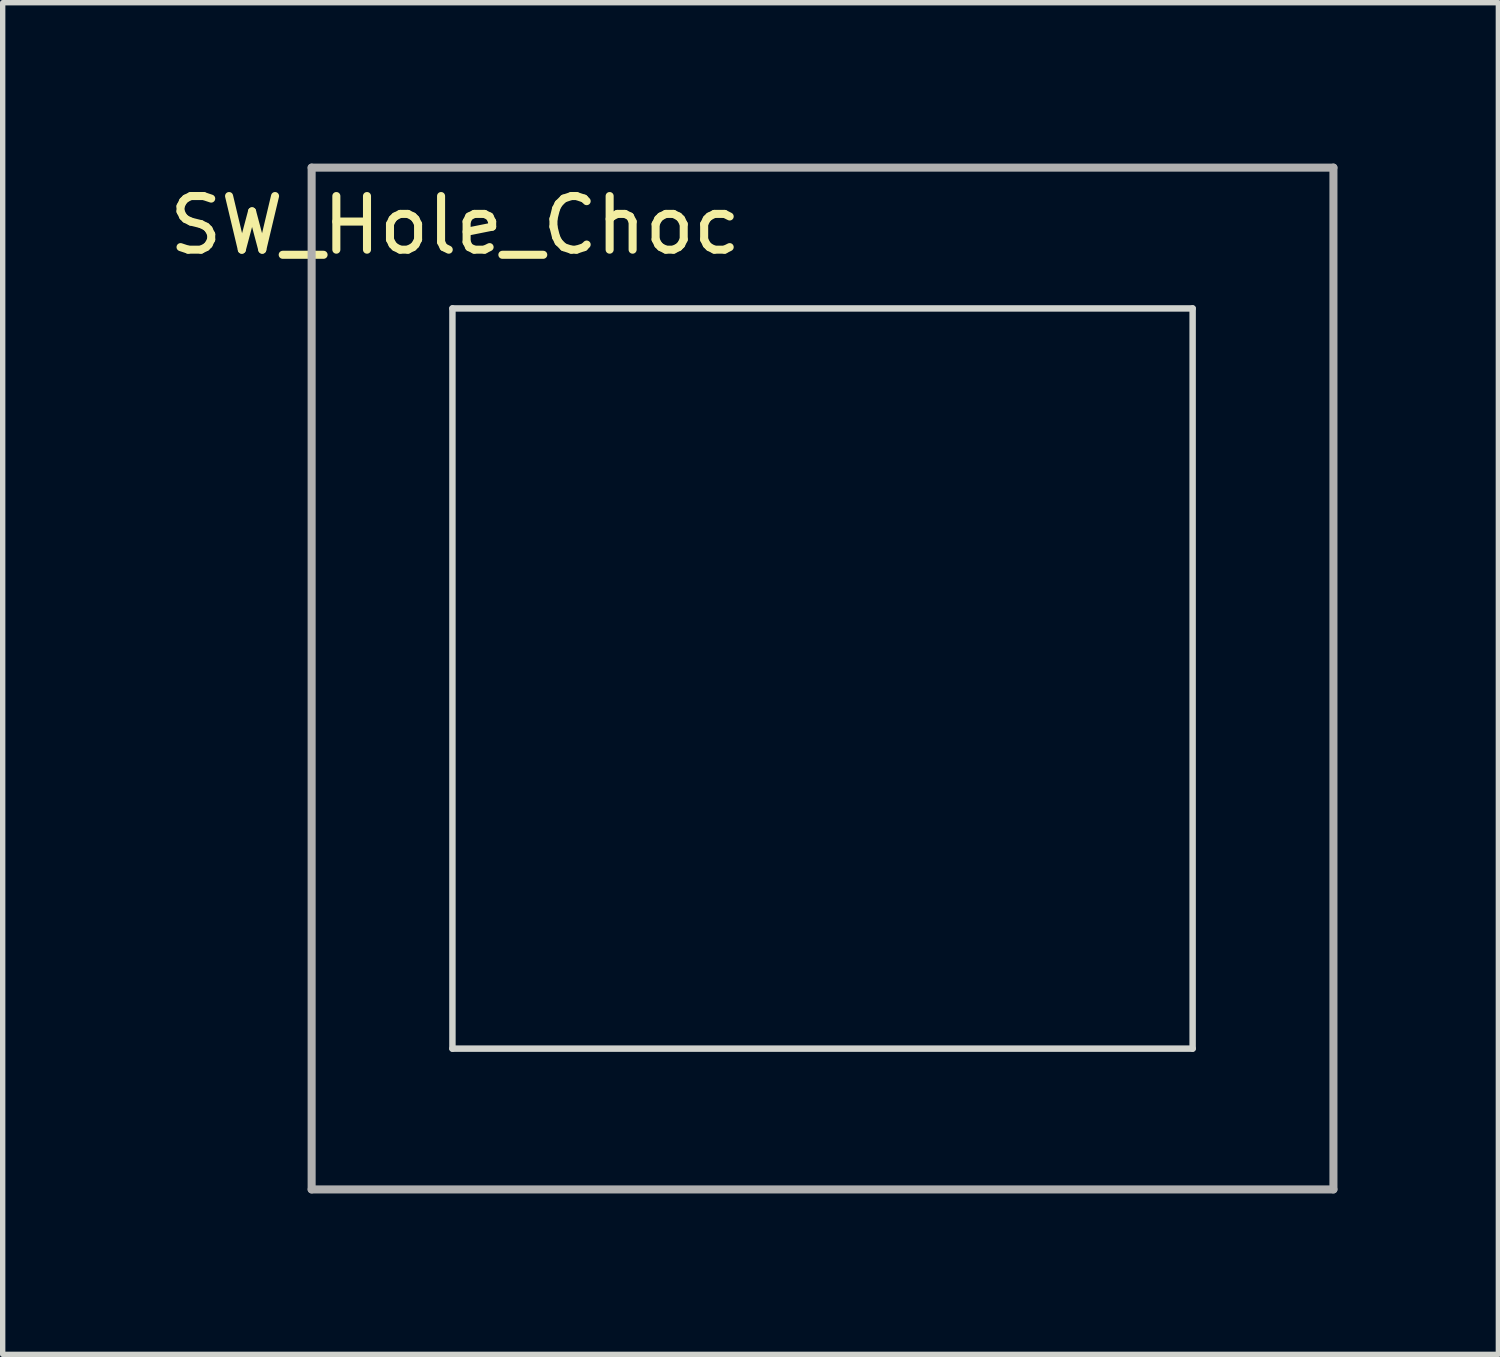
<source format=kicad_pcb>
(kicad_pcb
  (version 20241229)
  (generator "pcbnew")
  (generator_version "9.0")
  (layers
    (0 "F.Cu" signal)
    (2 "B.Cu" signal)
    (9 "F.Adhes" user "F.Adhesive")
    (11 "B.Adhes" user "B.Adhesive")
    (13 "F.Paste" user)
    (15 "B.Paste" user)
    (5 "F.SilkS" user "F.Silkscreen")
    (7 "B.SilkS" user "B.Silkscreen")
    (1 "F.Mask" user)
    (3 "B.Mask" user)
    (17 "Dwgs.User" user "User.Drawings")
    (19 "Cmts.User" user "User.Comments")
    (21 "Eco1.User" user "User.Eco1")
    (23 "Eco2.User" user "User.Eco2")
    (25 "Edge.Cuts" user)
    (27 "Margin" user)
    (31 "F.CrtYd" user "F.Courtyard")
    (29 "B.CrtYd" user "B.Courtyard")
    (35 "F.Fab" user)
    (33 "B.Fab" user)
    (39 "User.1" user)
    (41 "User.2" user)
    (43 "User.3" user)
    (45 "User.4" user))
  (footprint "SW_Hole_Choc"
    (layer "F.Cu")
    (at 12.285 9.6)
    (property "Reference" "SW_Hole_Choc" (at -6.85 -8.45 0) (layer "F.SilkS") (effects (font (size 1 1) (thickness 0.15))))
    (attr through_hole)
    (fp_line (start -6.9 -6.9) (end -6.9 6.9) (stroke (width 0.12) (type solid)) (layer "Edge.Cuts"))
    (fp_line (start -6.9 6.9) (end 6.9 6.9) (stroke (width 0.12) (type solid)) (layer "Edge.Cuts"))
    (fp_line (start 6.9 -6.9) (end -6.9 -6.9) (stroke (width 0.12) (type solid)) (layer "Edge.Cuts"))
    (fp_line (start 6.9 6.9) (end 6.9 -6.9) (stroke (width 0.12) (type solid)) (layer "Edge.Cuts"))
    (fp_line (start -9.525 -9.525) (end -9.525 9.525) (stroke (width 0.15) (type solid)) (layer "F.Fab"))
    (fp_line (start -9.525 9.525) (end 9.525 9.525) (stroke (width 0.15) (type solid)) (layer "F.Fab"))
    (fp_line (start 9.525 -9.525) (end -9.525 -9.525) (stroke (width 0.15) (type solid)) (layer "F.Fab"))
    (fp_line (start 9.525 9.525) (end 9.525 -9.525) (stroke (width 0.15) (type solid)) (layer "F.Fab")))
  (gr_rect
    (start -3 -3)
    (end 24.885 22.2)
    (stroke (width 0.1) (type default))
    (fill no)
    (layer "Edge.Cuts")))
</source>
